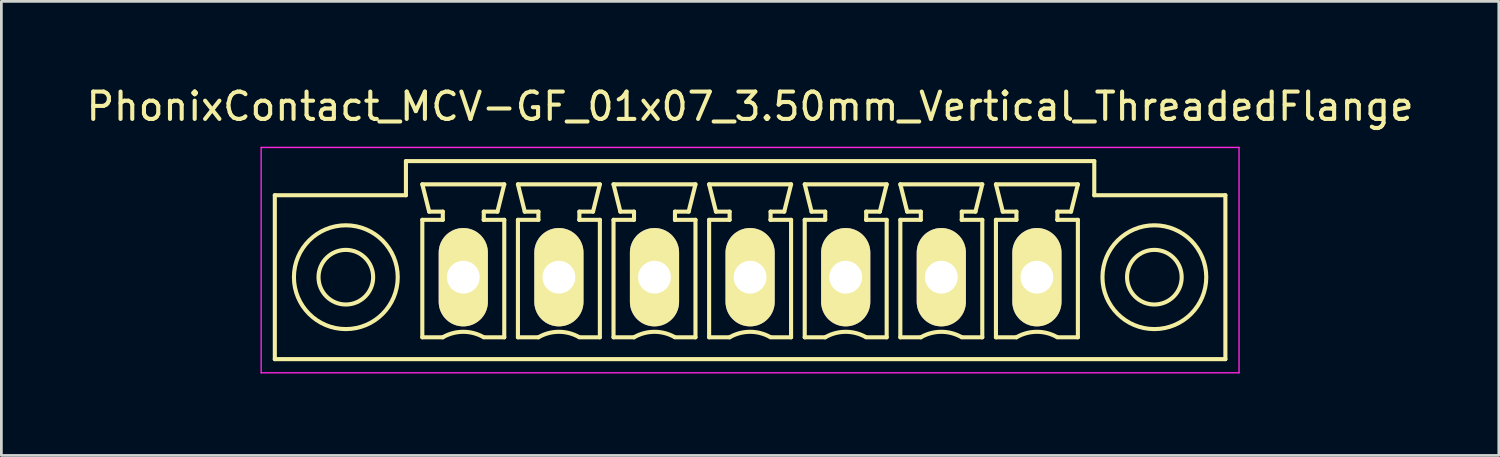
<source format=kicad_pcb>
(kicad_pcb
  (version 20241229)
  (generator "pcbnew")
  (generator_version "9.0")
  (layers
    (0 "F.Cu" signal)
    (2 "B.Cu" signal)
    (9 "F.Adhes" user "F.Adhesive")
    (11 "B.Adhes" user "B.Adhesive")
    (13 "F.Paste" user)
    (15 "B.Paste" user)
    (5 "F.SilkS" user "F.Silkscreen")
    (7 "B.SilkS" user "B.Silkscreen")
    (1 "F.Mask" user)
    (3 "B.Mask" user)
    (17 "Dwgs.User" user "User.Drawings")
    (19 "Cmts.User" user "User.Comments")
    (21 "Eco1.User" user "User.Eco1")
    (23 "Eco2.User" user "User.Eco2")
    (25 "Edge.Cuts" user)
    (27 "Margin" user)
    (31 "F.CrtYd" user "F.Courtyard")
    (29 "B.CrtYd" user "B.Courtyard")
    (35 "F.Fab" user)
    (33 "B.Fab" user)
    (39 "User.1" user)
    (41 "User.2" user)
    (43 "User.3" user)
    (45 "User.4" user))
  (footprint "PhonixContact_MCV-GF_01x07_3.50mm_Vertical_ThreadedFlange"
    (layer "F.Cu")
    (at 13.911 7.098)
    (property "Reference" "PhonixContact_MCV-GF_01x07_3.50mm_Vertical_ThreadedFlange" (at 10.5 -6.25 0) (layer "F.SilkS") (effects (font (size 1 1) (thickness 0.15))))
    (attr through_hole)
    (fp_line (start -6.9 -3) (end -6.9 3) (stroke (width 0.15) (type solid)) (layer "F.SilkS"))
    (fp_line (start -6.9 3) (end 27.9 3) (stroke (width 0.15) (type solid)) (layer "F.SilkS"))
    (fp_line (start -2.1 -4.25) (end -2.1 -3) (stroke (width 0.15) (type solid)) (layer "F.SilkS"))
    (fp_line (start -2.1 -3) (end -6.9 -3) (stroke (width 0.15) (type solid)) (layer "F.SilkS"))
    (fp_line (start -1.5 -3.4) (end 1.5 -3.4) (stroke (width 0.15) (type solid)) (layer "F.SilkS"))
    (fp_line (start -1.5 -2.1) (end -0.75 -2.1) (stroke (width 0.15) (type solid)) (layer "F.SilkS"))
    (fp_line (start -1.5 2.2) (end -1.5 -2.1) (stroke (width 0.15) (type solid)) (layer "F.SilkS"))
    (fp_line (start -1.25 -2.4) (end -1.5 -3.4) (stroke (width 0.15) (type solid)) (layer "F.SilkS"))
    (fp_line (start -0.75 -2.4) (end -1.25 -2.4) (stroke (width 0.15) (type solid)) (layer "F.SilkS"))
    (fp_line (start -0.75 -2.1) (end -0.75 -2.4) (stroke (width 0.15) (type solid)) (layer "F.SilkS"))
    (fp_line (start -0.75 2.2) (end -1.5 2.2) (stroke (width 0.15) (type solid)) (layer "F.SilkS"))
    (fp_line (start 0.75 -2.4) (end 0.75 -2.1) (stroke (width 0.15) (type solid)) (layer "F.SilkS"))
    (fp_line (start 0.75 -2.1) (end 0.75 -2.1) (stroke (width 0.15) (type solid)) (layer "F.SilkS"))
    (fp_line (start 0.75 -2.1) (end 1.5 -2.1) (stroke (width 0.15) (type solid)) (layer "F.SilkS"))
    (fp_line (start 1.25 -2.4) (end 0.75 -2.4) (stroke (width 0.15) (type solid)) (layer "F.SilkS"))
    (fp_line (start 1.5 -3.4) (end 1.25 -2.4) (stroke (width 0.15) (type solid)) (layer "F.SilkS"))
    (fp_line (start 1.5 -2.1) (end 1.5 2.2) (stroke (width 0.15) (type solid)) (layer "F.SilkS"))
    (fp_line (start 1.5 2.2) (end 0.75 2.2) (stroke (width 0.15) (type solid)) (layer "F.SilkS"))
    (fp_line (start 2 -3.4) (end 5 -3.4) (stroke (width 0.15) (type solid)) (layer "F.SilkS"))
    (fp_line (start 2 -2.1) (end 2.75 -2.1) (stroke (width 0.15) (type solid)) (layer "F.SilkS"))
    (fp_line (start 2 2.2) (end 2 -2.1) (stroke (width 0.15) (type solid)) (layer "F.SilkS"))
    (fp_line (start 2.25 -2.4) (end 2 -3.4) (stroke (width 0.15) (type solid)) (layer "F.SilkS"))
    (fp_line (start 2.75 -2.4) (end 2.25 -2.4) (stroke (width 0.15) (type solid)) (layer "F.SilkS"))
    (fp_line (start 2.75 -2.1) (end 2.75 -2.4) (stroke (width 0.15) (type solid)) (layer "F.SilkS"))
    (fp_line (start 2.75 2.2) (end 2 2.2) (stroke (width 0.15) (type solid)) (layer "F.SilkS"))
    (fp_line (start 4.25 -2.4) (end 4.25 -2.1) (stroke (width 0.15) (type solid)) (layer "F.SilkS"))
    (fp_line (start 4.25 -2.1) (end 4.25 -2.1) (stroke (width 0.15) (type solid)) (layer "F.SilkS"))
    (fp_line (start 4.25 -2.1) (end 5 -2.1) (stroke (width 0.15) (type solid)) (layer "F.SilkS"))
    (fp_line (start 4.75 -2.4) (end 4.25 -2.4) (stroke (width 0.15) (type solid)) (layer "F.SilkS"))
    (fp_line (start 5 -3.4) (end 4.75 -2.4) (stroke (width 0.15) (type solid)) (layer "F.SilkS"))
    (fp_line (start 5 -2.1) (end 5 2.2) (stroke (width 0.15) (type solid)) (layer "F.SilkS"))
    (fp_line (start 5 2.2) (end 4.25 2.2) (stroke (width 0.15) (type solid)) (layer "F.SilkS"))
    (fp_line (start 5.5 -3.4) (end 8.5 -3.4) (stroke (width 0.15) (type solid)) (layer "F.SilkS"))
    (fp_line (start 5.5 -2.1) (end 6.25 -2.1) (stroke (width 0.15) (type solid)) (layer "F.SilkS"))
    (fp_line (start 5.5 2.2) (end 5.5 -2.1) (stroke (width 0.15) (type solid)) (layer "F.SilkS"))
    (fp_line (start 5.75 -2.4) (end 5.5 -3.4) (stroke (width 0.15) (type solid)) (layer "F.SilkS"))
    (fp_line (start 6.25 -2.4) (end 5.75 -2.4) (stroke (width 0.15) (type solid)) (layer "F.SilkS"))
    (fp_line (start 6.25 -2.1) (end 6.25 -2.4) (stroke (width 0.15) (type solid)) (layer "F.SilkS"))
    (fp_line (start 6.25 2.2) (end 5.5 2.2) (stroke (width 0.15) (type solid)) (layer "F.SilkS"))
    (fp_line (start 7.75 -2.4) (end 7.75 -2.1) (stroke (width 0.15) (type solid)) (layer "F.SilkS"))
    (fp_line (start 7.75 -2.1) (end 7.75 -2.1) (stroke (width 0.15) (type solid)) (layer "F.SilkS"))
    (fp_line (start 7.75 -2.1) (end 8.5 -2.1) (stroke (width 0.15) (type solid)) (layer "F.SilkS"))
    (fp_line (start 8.25 -2.4) (end 7.75 -2.4) (stroke (width 0.15) (type solid)) (layer "F.SilkS"))
    (fp_line (start 8.5 -3.4) (end 8.25 -2.4) (stroke (width 0.15) (type solid)) (layer "F.SilkS"))
    (fp_line (start 8.5 -2.1) (end 8.5 2.2) (stroke (width 0.15) (type solid)) (layer "F.SilkS"))
    (fp_line (start 8.5 2.2) (end 7.75 2.2) (stroke (width 0.15) (type solid)) (layer "F.SilkS"))
    (fp_line (start 9 -3.4) (end 12 -3.4) (stroke (width 0.15) (type solid)) (layer "F.SilkS"))
    (fp_line (start 9 -2.1) (end 9.75 -2.1) (stroke (width 0.15) (type solid)) (layer "F.SilkS"))
    (fp_line (start 9 2.2) (end 9 -2.1) (stroke (width 0.15) (type solid)) (layer "F.SilkS"))
    (fp_line (start 9.25 -2.4) (end 9 -3.4) (stroke (width 0.15) (type solid)) (layer "F.SilkS"))
    (fp_line (start 9.75 -2.4) (end 9.25 -2.4) (stroke (width 0.15) (type solid)) (layer "F.SilkS"))
    (fp_line (start 9.75 -2.1) (end 9.75 -2.4) (stroke (width 0.15) (type solid)) (layer "F.SilkS"))
    (fp_line (start 9.75 2.2) (end 9 2.2) (stroke (width 0.15) (type solid)) (layer "F.SilkS"))
    (fp_line (start 11.25 -2.4) (end 11.25 -2.1) (stroke (width 0.15) (type solid)) (layer "F.SilkS"))
    (fp_line (start 11.25 -2.1) (end 11.25 -2.1) (stroke (width 0.15) (type solid)) (layer "F.SilkS"))
    (fp_line (start 11.25 -2.1) (end 12 -2.1) (stroke (width 0.15) (type solid)) (layer "F.SilkS"))
    (fp_line (start 11.75 -2.4) (end 11.25 -2.4) (stroke (width 0.15) (type solid)) (layer "F.SilkS"))
    (fp_line (start 12 -3.4) (end 11.75 -2.4) (stroke (width 0.15) (type solid)) (layer "F.SilkS"))
    (fp_line (start 12 -2.1) (end 12 2.2) (stroke (width 0.15) (type solid)) (layer "F.SilkS"))
    (fp_line (start 12 2.2) (end 11.25 2.2) (stroke (width 0.15) (type solid)) (layer "F.SilkS"))
    (fp_line (start 12.5 -3.4) (end 15.5 -3.4) (stroke (width 0.15) (type solid)) (layer "F.SilkS"))
    (fp_line (start 12.5 -2.1) (end 13.25 -2.1) (stroke (width 0.15) (type solid)) (layer "F.SilkS"))
    (fp_line (start 12.5 2.2) (end 12.5 -2.1) (stroke (width 0.15) (type solid)) (layer "F.SilkS"))
    (fp_line (start 12.75 -2.4) (end 12.5 -3.4) (stroke (width 0.15) (type solid)) (layer "F.SilkS"))
    (fp_line (start 13.25 -2.4) (end 12.75 -2.4) (stroke (width 0.15) (type solid)) (layer "F.SilkS"))
    (fp_line (start 13.25 -2.1) (end 13.25 -2.4) (stroke (width 0.15) (type solid)) (layer "F.SilkS"))
    (fp_line (start 13.25 2.2) (end 12.5 2.2) (stroke (width 0.15) (type solid)) (layer "F.SilkS"))
    (fp_line (start 14.75 -2.4) (end 14.75 -2.1) (stroke (width 0.15) (type solid)) (layer "F.SilkS"))
    (fp_line (start 14.75 -2.1) (end 14.75 -2.1) (stroke (width 0.15) (type solid)) (layer "F.SilkS"))
    (fp_line (start 14.75 -2.1) (end 15.5 -2.1) (stroke (width 0.15) (type solid)) (layer "F.SilkS"))
    (fp_line (start 15.25 -2.4) (end 14.75 -2.4) (stroke (width 0.15) (type solid)) (layer "F.SilkS"))
    (fp_line (start 15.5 -3.4) (end 15.25 -2.4) (stroke (width 0.15) (type solid)) (layer "F.SilkS"))
    (fp_line (start 15.5 -2.1) (end 15.5 2.2) (stroke (width 0.15) (type solid)) (layer "F.SilkS"))
    (fp_line (start 15.5 2.2) (end 14.75 2.2) (stroke (width 0.15) (type solid)) (layer "F.SilkS"))
    (fp_line (start 16 -3.4) (end 19 -3.4) (stroke (width 0.15) (type solid)) (layer "F.SilkS"))
    (fp_line (start 16 -2.1) (end 16.75 -2.1) (stroke (width 0.15) (type solid)) (layer "F.SilkS"))
    (fp_line (start 16 2.2) (end 16 -2.1) (stroke (width 0.15) (type solid)) (layer "F.SilkS"))
    (fp_line (start 16.25 -2.4) (end 16 -3.4) (stroke (width 0.15) (type solid)) (layer "F.SilkS"))
    (fp_line (start 16.75 -2.4) (end 16.25 -2.4) (stroke (width 0.15) (type solid)) (layer "F.SilkS"))
    (fp_line (start 16.75 -2.1) (end 16.75 -2.4) (stroke (width 0.15) (type solid)) (layer "F.SilkS"))
    (fp_line (start 16.75 2.2) (end 16 2.2) (stroke (width 0.15) (type solid)) (layer "F.SilkS"))
    (fp_line (start 18.25 -2.4) (end 18.25 -2.1) (stroke (width 0.15) (type solid)) (layer "F.SilkS"))
    (fp_line (start 18.25 -2.1) (end 18.25 -2.1) (stroke (width 0.15) (type solid)) (layer "F.SilkS"))
    (fp_line (start 18.25 -2.1) (end 19 -2.1) (stroke (width 0.15) (type solid)) (layer "F.SilkS"))
    (fp_line (start 18.75 -2.4) (end 18.25 -2.4) (stroke (width 0.15) (type solid)) (layer "F.SilkS"))
    (fp_line (start 19 -3.4) (end 18.75 -2.4) (stroke (width 0.15) (type solid)) (layer "F.SilkS"))
    (fp_line (start 19 -2.1) (end 19 2.2) (stroke (width 0.15) (type solid)) (layer "F.SilkS"))
    (fp_line (start 19 2.2) (end 18.25 2.2) (stroke (width 0.15) (type solid)) (layer "F.SilkS"))
    (fp_line (start 19.5 -3.4) (end 22.5 -3.4) (stroke (width 0.15) (type solid)) (layer "F.SilkS"))
    (fp_line (start 19.5 -2.1) (end 20.25 -2.1) (stroke (width 0.15) (type solid)) (layer "F.SilkS"))
    (fp_line (start 19.5 2.2) (end 19.5 -2.1) (stroke (width 0.15) (type solid)) (layer "F.SilkS"))
    (fp_line (start 19.75 -2.4) (end 19.5 -3.4) (stroke (width 0.15) (type solid)) (layer "F.SilkS"))
    (fp_line (start 20.25 -2.4) (end 19.75 -2.4) (stroke (width 0.15) (type solid)) (layer "F.SilkS"))
    (fp_line (start 20.25 -2.1) (end 20.25 -2.4) (stroke (width 0.15) (type solid)) (layer "F.SilkS"))
    (fp_line (start 20.25 2.2) (end 19.5 2.2) (stroke (width 0.15) (type solid)) (layer "F.SilkS"))
    (fp_line (start 21.75 -2.4) (end 21.75 -2.1) (stroke (width 0.15) (type solid)) (layer "F.SilkS"))
    (fp_line (start 21.75 -2.1) (end 21.75 -2.1) (stroke (width 0.15) (type solid)) (layer "F.SilkS"))
    (fp_line (start 21.75 -2.1) (end 22.5 -2.1) (stroke (width 0.15) (type solid)) (layer "F.SilkS"))
    (fp_line (start 22.25 -2.4) (end 21.75 -2.4) (stroke (width 0.15) (type solid)) (layer "F.SilkS"))
    (fp_line (start 22.5 -3.4) (end 22.25 -2.4) (stroke (width 0.15) (type solid)) (layer "F.SilkS"))
    (fp_line (start 22.5 -2.1) (end 22.5 2.2) (stroke (width 0.15) (type solid)) (layer "F.SilkS"))
    (fp_line (start 22.5 2.2) (end 21.75 2.2) (stroke (width 0.15) (type solid)) (layer "F.SilkS"))
    (fp_line (start 23.1 -4.25) (end -2.1 -4.25) (stroke (width 0.15) (type solid)) (layer "F.SilkS"))
    (fp_line (start 23.1 -3) (end 23.1 -4.25) (stroke (width 0.15) (type solid)) (layer "F.SilkS"))
    (fp_line (start 27.9 -3) (end 23.1 -3) (stroke (width 0.15) (type solid)) (layer "F.SilkS"))
    (fp_line (start 27.9 3) (end 27.9 -3) (stroke (width 0.15) (type solid)) (layer "F.SilkS"))
    (fp_arc (start -0.75 2.2) (mid -0.006068 1.999179) (end 0.739464 2.193978) (stroke (width 0.15) (type solid)) (layer "F.SilkS"))
    (fp_arc (start 2.75 2.2) (mid 3.493932 1.999179) (end 4.239464 2.193978) (stroke (width 0.15) (type solid)) (layer "F.SilkS"))
    (fp_arc (start 6.25 2.2) (mid 6.993932 1.999179) (end 7.739464 2.193978) (stroke (width 0.15) (type solid)) (layer "F.SilkS"))
    (fp_arc (start 9.75 2.2) (mid 10.493932 1.999179) (end 11.239464 2.193978) (stroke (width 0.15) (type solid)) (layer "F.SilkS"))
    (fp_arc (start 13.25 2.2) (mid 13.993932 1.999179) (end 14.739464 2.193978) (stroke (width 0.15) (type solid)) (layer "F.SilkS"))
    (fp_arc (start 16.75 2.2) (mid 17.493932 1.999179) (end 18.239464 2.193978) (stroke (width 0.15) (type solid)) (layer "F.SilkS"))
    (fp_arc (start 20.25 2.2) (mid 20.993932 1.999179) (end 21.739464 2.193978) (stroke (width 0.15) (type solid)) (layer "F.SilkS"))
    (fp_circle (center -4.3 0) (end -3.3 0) (stroke (width 0.15) (type solid)) (fill no) (layer "F.SilkS"))
    (fp_circle (center -4.3 0) (end -2.4 0) (stroke (width 0.15) (type solid)) (fill no) (layer "F.SilkS"))
    (fp_circle (center 25.3 0) (end 26.3 0) (stroke (width 0.15) (type solid)) (fill no) (layer "F.SilkS"))
    (fp_circle (center 25.3 0) (end 27.2 0) (stroke (width 0.15) (type solid)) (fill no) (layer "F.SilkS"))
    (fp_line (start -7.4 -4.75) (end -7.4 3.5) (stroke (width 0.05) (type solid)) (layer "F.CrtYd"))
    (fp_line (start -7.4 3.5) (end 28.4 3.5) (stroke (width 0.05) (type solid)) (layer "F.CrtYd"))
    (fp_line (start 28.4 -4.75) (end -7.4 -4.75) (stroke (width 0.05) (type solid)) (layer "F.CrtYd"))
    (fp_line (start 28.4 3.5) (end 28.4 -4.75) (stroke (width 0.05) (type solid)) (layer "F.CrtYd"))
    (pad "1" thru_hole oval (at 0 0) (size 1.8 3.6) (drill 1.2) (layers "*.Cu" "*.Mask" "F.SilkS"))
    (pad "2" thru_hole oval (at 3.5 0) (size 1.8 3.6) (drill 1.2) (layers "*.Cu" "*.Mask" "F.SilkS"))
    (pad "3" thru_hole oval (at 7 0) (size 1.8 3.6) (drill 1.2) (layers "*.Cu" "*.Mask" "F.SilkS"))
    (pad "4" thru_hole oval (at 10.5 0) (size 1.8 3.6) (drill 1.2) (layers "*.Cu" "*.Mask" "F.SilkS"))
    (pad "5" thru_hole oval (at 14 0) (size 1.8 3.6) (drill 1.2) (layers "*.Cu" "*.Mask" "F.SilkS"))
    (pad "6" thru_hole oval (at 17.5 0) (size 1.8 3.6) (drill 1.2) (layers "*.Cu" "*.Mask" "F.SilkS"))
    (pad "7" thru_hole oval (at 21 0) (size 1.8 3.6) (drill 1.2) (layers "*.Cu" "*.Mask" "F.SilkS")))
  (gr_rect
    (start -3 -3)
    (end 51.821 13.623)
    (stroke (width 0.1) (type default))
    (fill no)
    (layer "Edge.Cuts")))
</source>
